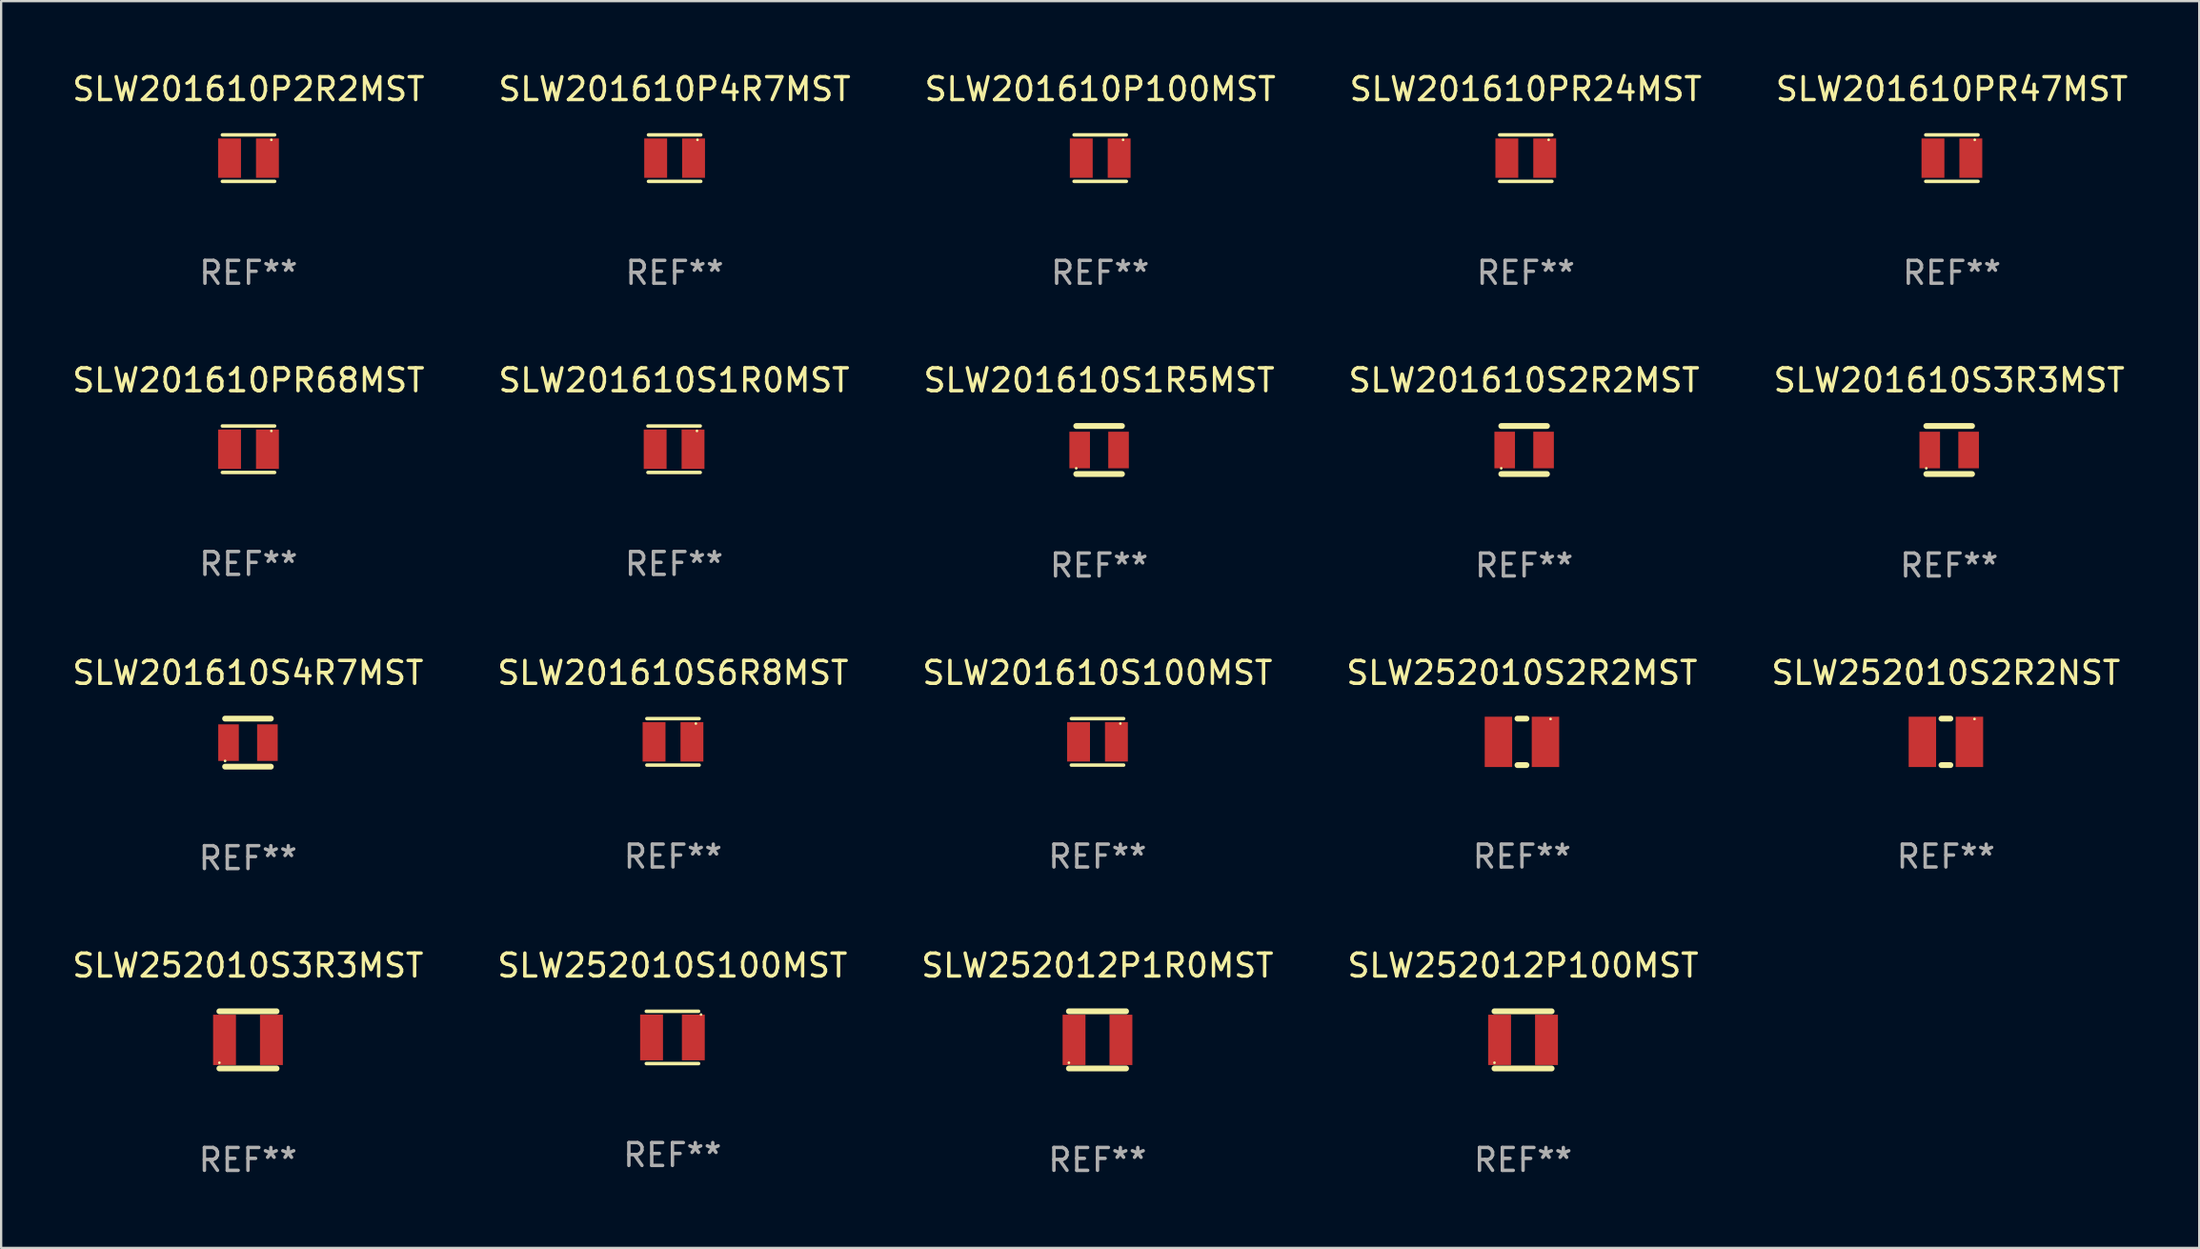
<source format=kicad_pcb>
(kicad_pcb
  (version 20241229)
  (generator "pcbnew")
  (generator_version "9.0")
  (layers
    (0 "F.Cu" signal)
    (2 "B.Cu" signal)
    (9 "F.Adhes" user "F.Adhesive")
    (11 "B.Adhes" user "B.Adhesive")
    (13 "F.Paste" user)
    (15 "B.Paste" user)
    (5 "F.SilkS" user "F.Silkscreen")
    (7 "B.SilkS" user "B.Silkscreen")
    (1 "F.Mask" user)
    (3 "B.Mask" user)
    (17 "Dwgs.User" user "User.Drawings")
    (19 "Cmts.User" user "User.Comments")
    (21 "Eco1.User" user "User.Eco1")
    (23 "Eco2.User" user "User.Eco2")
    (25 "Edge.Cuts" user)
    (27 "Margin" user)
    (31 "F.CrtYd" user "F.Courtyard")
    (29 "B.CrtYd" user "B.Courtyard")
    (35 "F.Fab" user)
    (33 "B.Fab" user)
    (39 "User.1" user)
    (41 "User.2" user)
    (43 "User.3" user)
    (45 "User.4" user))
  (footprint "SLW201610PR47MST"
    (layer "F.Cu")
    (at 82.292 3.864)
    (property "Reference" "SLW201610PR47MST" (at 0 -3.016 0) (layer "F.SilkS") (effects (font (size 1 1) (thickness 0.15))))
    (attr through_hole)
    (fp_line (start -1.143 -1.016) (end 1.143 -1.016) (stroke (width 0.152) (type solid)) (layer "F.SilkS"))
    (fp_line (start 1.143 1.016) (end -1.143 1.016) (stroke (width 0.152) (type solid)) (layer "F.SilkS"))
    (fp_circle (center 1 -0.8) (end 1.03 -0.8) (stroke (width 0.06) (type solid)) (fill no) (layer "F.SilkS"))
    (fp_text user "REF**" (at 0 5.016 0) (layer "F.Fab") (effects (font (size 1 1) (thickness 0.15))))
    (pad "1" smd rect (at 0.828 0) (size 1 1.72) (layers "F.Cu" "F.Mask" "F.Paste"))
    (pad "2" smd rect (at -0.828 0) (size 1 1.72) (layers "F.Cu" "F.Mask" "F.Paste")))
  (footprint "SLW201610S100MST"
    (layer "F.Cu")
    (at 44.935 29.389)
    (property "Reference" "SLW201610S100MST" (at 0 -3.016 0) (layer "F.SilkS") (effects (font (size 1 1) (thickness 0.15))))
    (attr through_hole)
    (fp_line (start -1.143 -1.016) (end 1.143 -1.016) (stroke (width 0.152) (type solid)) (layer "F.SilkS"))
    (fp_line (start 1.143 1.016) (end -1.143 1.016) (stroke (width 0.152) (type solid)) (layer "F.SilkS"))
    (fp_circle (center 1 -0.8) (end 1.03 -0.8) (stroke (width 0.06) (type solid)) (fill no) (layer "F.SilkS"))
    (fp_text user "REF**" (at 0 5.016 0) (layer "F.Fab") (effects (font (size 1 1) (thickness 0.15))))
    (pad "1" smd rect (at 0.828 0) (size 1 1.72) (layers "F.Cu" "F.Mask" "F.Paste"))
    (pad "2" smd rect (at -0.828 0) (size 1 1.72) (layers "F.Cu" "F.Mask" "F.Paste")))
  (footprint "SLW252012P100MST"
    (layer "F.Cu")
    (at 63.542 42.42)
    (property "Reference" "SLW252012P100MST" (at 0 -3.25 0) (layer "F.SilkS") (effects (font (size 1 1) (thickness 0.15))))
    (attr through_hole)
    (fp_line (start -1.25 -1.25) (end 1.25 -1.25) (stroke (width 0.254) (type solid)) (layer "F.SilkS"))
    (fp_line (start -1.25 1.25) (end 1.25 1.25) (stroke (width 0.254) (type solid)) (layer "F.SilkS"))
    (fp_circle (center -1.25 1) (end -1.22 1) (stroke (width 0.06) (type solid)) (fill no) (layer "F.SilkS"))
    (fp_text user "REF**" (at 0 5.25 0) (layer "F.Fab") (effects (font (size 1 1) (thickness 0.15))))
    (pad "1" smd rect (at -1.025 0) (size 1 2.2) (layers "F.Cu" "F.Mask" "F.Paste"))
    (pad "2" smd rect (at 1.025 0) (size 1 2.2) (layers "F.Cu" "F.Mask" "F.Paste")))
  (footprint "SLW201610S2R2MST"
    (layer "F.Cu")
    (at 63.589 16.627)
    (property "Reference" "SLW201610S2R2MST" (at 0 -3.05 0) (layer "F.SilkS") (effects (font (size 1 1) (thickness 0.15))))
    (attr through_hole)
    (fp_line (start -1 -1.05) (end 1 -1.05) (stroke (width 0.254) (type solid)) (layer "F.SilkS"))
    (fp_line (start -1 1.05) (end 1 1.05) (stroke (width 0.254) (type solid)) (layer "F.SilkS"))
    (fp_circle (center -1 0.8) (end -0.97 0.8) (stroke (width 0.06) (type solid)) (fill no) (layer "F.SilkS"))
    (fp_text user "REF**" (at 0 5.05 0) (layer "F.Fab") (effects (font (size 1 1) (thickness 0.15))))
    (pad "1" smd rect (at -0.85 0) (size 0.9 1.6) (layers "F.Cu" "F.Mask" "F.Paste"))
    (pad "2" smd rect (at 0.85 0) (size 0.9 1.6) (layers "F.Cu" "F.Mask" "F.Paste")))
  (footprint "SLW201610S1R0MST"
    (layer "F.Cu")
    (at 26.423 16.593)
    (property "Reference" "SLW201610S1R0MST" (at 0 -3.016 0) (layer "F.SilkS") (effects (font (size 1 1) (thickness 0.15))))
    (attr through_hole)
    (fp_line (start -1.143 -1.016) (end 1.143 -1.016) (stroke (width 0.152) (type solid)) (layer "F.SilkS"))
    (fp_line (start 1.143 1.016) (end -1.143 1.016) (stroke (width 0.152) (type solid)) (layer "F.SilkS"))
    (fp_circle (center 1 -0.8) (end 1.03 -0.8) (stroke (width 0.06) (type solid)) (fill no) (layer "F.SilkS"))
    (fp_text user "REF**" (at 0 5.016 0) (layer "F.Fab") (effects (font (size 1 1) (thickness 0.15))))
    (pad "1" smd rect (at 0.828 0) (size 1 1.72) (layers "F.Cu" "F.Mask" "F.Paste"))
    (pad "2" smd rect (at -0.828 0) (size 1 1.72) (layers "F.Cu" "F.Mask" "F.Paste")))
  (footprint "SLW252010S2R2MST"
    (layer "F.Cu")
    (at 63.494 29.389)
    (property "Reference" "SLW252010S2R2MST" (at 0 -3.016 0) (layer "F.SilkS") (effects (font (size 1 1) (thickness 0.15))))
    (attr through_hole)
    (fp_line (start -0.197 1.016) (end 0.197 1.016) (stroke (width 0.254) (type solid)) (layer "F.SilkS"))
    (fp_line (start 0.197 -1.016) (end -0.197 -1.016) (stroke (width 0.254) (type solid)) (layer "F.SilkS"))
    (fp_circle (center 1.25 -1) (end 1.28 -1) (stroke (width 0.06) (type solid)) (fill no) (layer "F.SilkS"))
    (fp_text user "REF**" (at 0 5.016 0) (layer "F.Fab") (effects (font (size 1 1) (thickness 0.15))))
    (pad "1" smd rect (at 1.028 0) (size 1.2 2.2) (layers "F.Cu" "F.Mask" "F.Paste"))
    (pad "2" smd rect (at -1.028 0) (size 1.2 2.2) (layers "F.Cu" "F.Mask" "F.Paste")))
  (footprint "SLW201610P4R7MST"
    (layer "F.Cu")
    (at 26.446 3.864)
    (property "Reference" "SLW201610P4R7MST" (at 0 -3.016 0) (layer "F.SilkS") (effects (font (size 1 1) (thickness 0.15))))
    (attr through_hole)
    (fp_line (start -1.143 -1.016) (end 1.143 -1.016) (stroke (width 0.152) (type solid)) (layer "F.SilkS"))
    (fp_line (start 1.143 1.016) (end -1.143 1.016) (stroke (width 0.152) (type solid)) (layer "F.SilkS"))
    (fp_circle (center 1 -0.8) (end 1.03 -0.8) (stroke (width 0.06) (type solid)) (fill no) (layer "F.SilkS"))
    (fp_text user "REF**" (at 0 5.016 0) (layer "F.Fab") (effects (font (size 1 1) (thickness 0.15))))
    (pad "1" smd rect (at 0.828 0) (size 1 1.72) (layers "F.Cu" "F.Mask" "F.Paste"))
    (pad "2" smd rect (at -0.828 0) (size 1 1.72) (layers "F.Cu" "F.Mask" "F.Paste")))
  (footprint "SLW201610P100MST"
    (layer "F.Cu")
    (at 45.054 3.864)
    (property "Reference" "SLW201610P100MST" (at 0 -3.016 0) (layer "F.SilkS") (effects (font (size 1 1) (thickness 0.15))))
    (attr through_hole)
    (fp_line (start -1.143 -1.016) (end 1.143 -1.016) (stroke (width 0.152) (type solid)) (layer "F.SilkS"))
    (fp_line (start 1.143 1.016) (end -1.143 1.016) (stroke (width 0.152) (type solid)) (layer "F.SilkS"))
    (fp_circle (center 1 -0.8) (end 1.03 -0.8) (stroke (width 0.06) (type solid)) (fill no) (layer "F.SilkS"))
    (fp_text user "REF**" (at 0 5.016 0) (layer "F.Fab") (effects (font (size 1 1) (thickness 0.15))))
    (pad "1" smd rect (at 0.828 0) (size 1 1.72) (layers "F.Cu" "F.Mask" "F.Paste"))
    (pad "2" smd rect (at -0.828 0) (size 1 1.72) (layers "F.Cu" "F.Mask" "F.Paste")))
  (footprint "SLW252010S3R3MST"
    (layer "F.Cu")
    (at 7.792 42.42)
    (property "Reference" "SLW252010S3R3MST" (at 0 -3.25 0) (layer "F.SilkS") (effects (font (size 1 1) (thickness 0.15))))
    (attr through_hole)
    (fp_line (start -1.25 -1.25) (end 1.25 -1.25) (stroke (width 0.254) (type solid)) (layer "F.SilkS"))
    (fp_line (start -1.25 1.25) (end 1.25 1.25) (stroke (width 0.254) (type solid)) (layer "F.SilkS"))
    (fp_circle (center -1.25 1) (end -1.22 1) (stroke (width 0.06) (type solid)) (fill no) (layer "F.SilkS"))
    (fp_text user "REF**" (at 0 5.25 0) (layer "F.Fab") (effects (font (size 1 1) (thickness 0.15))))
    (pad "1" smd rect (at -1.025 0) (size 1 2.2) (layers "F.Cu" "F.Mask" "F.Paste"))
    (pad "2" smd rect (at 1.025 0) (size 1 2.2) (layers "F.Cu" "F.Mask" "F.Paste")))
  (footprint "SLW201610S3R3MST"
    (layer "F.Cu")
    (at 82.173 16.627)
    (property "Reference" "SLW201610S3R3MST" (at 0 -3.05 0) (layer "F.SilkS") (effects (font (size 1 1) (thickness 0.15))))
    (attr through_hole)
    (fp_line (start -1 -1.05) (end 1 -1.05) (stroke (width 0.254) (type solid)) (layer "F.SilkS"))
    (fp_line (start -1 1.05) (end 1 1.05) (stroke (width 0.254) (type solid)) (layer "F.SilkS"))
    (fp_circle (center -1 0.8) (end -0.97 0.8) (stroke (width 0.06) (type solid)) (fill no) (layer "F.SilkS"))
    (fp_text user "REF**" (at 0 5.05 0) (layer "F.Fab") (effects (font (size 1 1) (thickness 0.15))))
    (pad "1" smd rect (at -0.85 0) (size 0.9 1.6) (layers "F.Cu" "F.Mask" "F.Paste"))
    (pad "2" smd rect (at 0.85 0) (size 0.9 1.6) (layers "F.Cu" "F.Mask" "F.Paste")))
  (footprint "SLW201610S1R5MST"
    (layer "F.Cu")
    (at 45.006 16.627)
    (property "Reference" "SLW201610S1R5MST" (at 0 -3.05 0) (layer "F.SilkS") (effects (font (size 1 1) (thickness 0.15))))
    (attr through_hole)
    (fp_line (start -1 -1.05) (end 1 -1.05) (stroke (width 0.254) (type solid)) (layer "F.SilkS"))
    (fp_line (start -1 1.05) (end 1 1.05) (stroke (width 0.254) (type solid)) (layer "F.SilkS"))
    (fp_circle (center -1 0.8) (end -0.97 0.8) (stroke (width 0.06) (type solid)) (fill no) (layer "F.SilkS"))
    (fp_text user "REF**" (at 0 5.05 0) (layer "F.Fab") (effects (font (size 1 1) (thickness 0.15))))
    (pad "1" smd rect (at -0.85 0) (size 0.9 1.6) (layers "F.Cu" "F.Mask" "F.Paste"))
    (pad "2" smd rect (at 0.85 0) (size 0.9 1.6) (layers "F.Cu" "F.Mask" "F.Paste")))
  (footprint "SLW201610S6R8MST"
    (layer "F.Cu")
    (at 26.375 29.389)
    (property "Reference" "SLW201610S6R8MST" (at 0 -3.016 0) (layer "F.SilkS") (effects (font (size 1 1) (thickness 0.15))))
    (attr through_hole)
    (fp_line (start -1.143 -1.016) (end 1.143 -1.016) (stroke (width 0.152) (type solid)) (layer "F.SilkS"))
    (fp_line (start 1.143 1.016) (end -1.143 1.016) (stroke (width 0.152) (type solid)) (layer "F.SilkS"))
    (fp_circle (center 1 -0.8) (end 1.03 -0.8) (stroke (width 0.06) (type solid)) (fill no) (layer "F.SilkS"))
    (fp_text user "REF**" (at 0 5.016 0) (layer "F.Fab") (effects (font (size 1 1) (thickness 0.15))))
    (pad "1" smd rect (at 0.828 0) (size 1 1.72) (layers "F.Cu" "F.Mask" "F.Paste"))
    (pad "2" smd rect (at -0.828 0) (size 1 1.72) (layers "F.Cu" "F.Mask" "F.Paste")))
  (footprint "SLW201610PR24MST"
    (layer "F.Cu")
    (at 63.661 3.864)
    (property "Reference" "SLW201610PR24MST" (at 0 -3.016 0) (layer "F.SilkS") (effects (font (size 1 1) (thickness 0.15))))
    (attr through_hole)
    (fp_line (start -1.143 -1.016) (end 1.143 -1.016) (stroke (width 0.152) (type solid)) (layer "F.SilkS"))
    (fp_line (start 1.143 1.016) (end -1.143 1.016) (stroke (width 0.152) (type solid)) (layer "F.SilkS"))
    (fp_circle (center 1 -0.8) (end 1.03 -0.8) (stroke (width 0.06) (type solid)) (fill no) (layer "F.SilkS"))
    (fp_text user "REF**" (at 0 5.016 0) (layer "F.Fab") (effects (font (size 1 1) (thickness 0.15))))
    (pad "1" smd rect (at 0.828 0) (size 1 1.72) (layers "F.Cu" "F.Mask" "F.Paste"))
    (pad "2" smd rect (at -0.828 0) (size 1 1.72) (layers "F.Cu" "F.Mask" "F.Paste")))
  (footprint "SLW252010S100MST"
    (layer "F.Cu")
    (at 26.351 42.313)
    (property "Reference" "SLW252010S100MST" (at 0 -3.143 0) (layer "F.SilkS") (effects (font (size 1 1) (thickness 0.15))))
    (attr through_hole)
    (fp_line (start -1.143 -1.143) (end 1.143 -1.143) (stroke (width 0.152) (type solid)) (layer "F.SilkS"))
    (fp_line (start -1.143 1.143) (end 1.143 1.143) (stroke (width 0.152) (type solid)) (layer "F.SilkS"))
    (fp_circle (center 1.25 -1) (end 1.28 -1) (stroke (width 0.06) (type solid)) (fill no) (layer "F.SilkS"))
    (fp_text user "REF**" (at 0 5.143 0) (layer "F.Fab") (effects (font (size 1 1) (thickness 0.15))))
    (pad "1" smd rect (at 0.913 0) (size 1 2) (layers "F.Cu" "F.Mask" "F.Paste"))
    (pad "2" smd rect (at -0.913 0) (size 1 2) (layers "F.Cu" "F.Mask" "F.Paste")))
  (footprint "SLW252012P1R0MST"
    (layer "F.Cu")
    (at 44.935 42.42)
    (property "Reference" "SLW252012P1R0MST" (at 0 -3.25 0) (layer "F.SilkS") (effects (font (size 1 1) (thickness 0.15))))
    (attr through_hole)
    (fp_line (start -1.25 -1.25) (end 1.25 -1.25) (stroke (width 0.254) (type solid)) (layer "F.SilkS"))
    (fp_line (start -1.25 1.25) (end 1.25 1.25) (stroke (width 0.254) (type solid)) (layer "F.SilkS"))
    (fp_circle (center -1.25 1) (end -1.22 1) (stroke (width 0.06) (type solid)) (fill no) (layer "F.SilkS"))
    (fp_text user "REF**" (at 0 5.25 0) (layer "F.Fab") (effects (font (size 1 1) (thickness 0.15))))
    (pad "1" smd rect (at -1.025 0) (size 1 2.2) (layers "F.Cu" "F.Mask" "F.Paste"))
    (pad "2" smd rect (at 1.025 0) (size 1 2.2) (layers "F.Cu" "F.Mask" "F.Paste")))
  (footprint "SLW201610PR68MST"
    (layer "F.Cu")
    (at 7.815 16.593)
    (property "Reference" "SLW201610PR68MST" (at 0 -3.016 0) (layer "F.SilkS") (effects (font (size 1 1) (thickness 0.15))))
    (attr through_hole)
    (fp_line (start -1.143 -1.016) (end 1.143 -1.016) (stroke (width 0.152) (type solid)) (layer "F.SilkS"))
    (fp_line (start 1.143 1.016) (end -1.143 1.016) (stroke (width 0.152) (type solid)) (layer "F.SilkS"))
    (fp_circle (center 1 -0.8) (end 1.03 -0.8) (stroke (width 0.06) (type solid)) (fill no) (layer "F.SilkS"))
    (fp_text user "REF**" (at 0 5.016 0) (layer "F.Fab") (effects (font (size 1 1) (thickness 0.15))))
    (pad "1" smd rect (at 0.828 0) (size 1 1.72) (layers "F.Cu" "F.Mask" "F.Paste"))
    (pad "2" smd rect (at -0.828 0) (size 1 1.72) (layers "F.Cu" "F.Mask" "F.Paste")))
  (footprint "SLW201610P2R2MST"
    (layer "F.Cu")
    (at 7.815 3.864)
    (property "Reference" "SLW201610P2R2MST" (at 0 -3.016 0) (layer "F.SilkS") (effects (font (size 1 1) (thickness 0.15))))
    (attr through_hole)
    (fp_line (start -1.143 -1.016) (end 1.143 -1.016) (stroke (width 0.152) (type solid)) (layer "F.SilkS"))
    (fp_line (start 1.143 1.016) (end -1.143 1.016) (stroke (width 0.152) (type solid)) (layer "F.SilkS"))
    (fp_circle (center 1 -0.8) (end 1.03 -0.8) (stroke (width 0.06) (type solid)) (fill no) (layer "F.SilkS"))
    (fp_text user "REF**" (at 0 5.016 0) (layer "F.Fab") (effects (font (size 1 1) (thickness 0.15))))
    (pad "1" smd rect (at 0.828 0) (size 1 1.72) (layers "F.Cu" "F.Mask" "F.Paste"))
    (pad "2" smd rect (at -0.828 0) (size 1 1.72) (layers "F.Cu" "F.Mask" "F.Paste")))
  (footprint "SLW252010S2R2NST"
    (layer "F.Cu")
    (at 82.03 29.389)
    (property "Reference" "SLW252010S2R2NST" (at 0 -3.016 0) (layer "F.SilkS") (effects (font (size 1 1) (thickness 0.15))))
    (attr through_hole)
    (fp_line (start -0.197 1.016) (end 0.197 1.016) (stroke (width 0.254) (type solid)) (layer "F.SilkS"))
    (fp_line (start 0.197 -1.016) (end -0.197 -1.016) (stroke (width 0.254) (type solid)) (layer "F.SilkS"))
    (fp_circle (center 1.25 -1) (end 1.28 -1) (stroke (width 0.06) (type solid)) (fill no) (layer "F.SilkS"))
    (fp_text user "REF**" (at 0 5.016 0) (layer "F.Fab") (effects (font (size 1 1) (thickness 0.15))))
    (pad "1" smd rect (at 1.028 0) (size 1.2 2.2) (layers "F.Cu" "F.Mask" "F.Paste"))
    (pad "2" smd rect (at -1.028 0) (size 1.2 2.2) (layers "F.Cu" "F.Mask" "F.Paste")))
  (footprint "SLW201610S4R7MST"
    (layer "F.Cu")
    (at 7.792 29.423)
    (property "Reference" "SLW201610S4R7MST" (at 0 -3.05 0) (layer "F.SilkS") (effects (font (size 1 1) (thickness 0.15))))
    (attr through_hole)
    (fp_line (start -1 -1.05) (end 1 -1.05) (stroke (width 0.254) (type solid)) (layer "F.SilkS"))
    (fp_line (start -1 1.05) (end 1 1.05) (stroke (width 0.254) (type solid)) (layer "F.SilkS"))
    (fp_circle (center -1 0.8) (end -0.97 0.8) (stroke (width 0.06) (type solid)) (fill no) (layer "F.SilkS"))
    (fp_text user "REF**" (at 0 5.05 0) (layer "F.Fab") (effects (font (size 1 1) (thickness 0.15))))
    (pad "1" smd rect (at -0.85 0) (size 0.9 1.6) (layers "F.Cu" "F.Mask" "F.Paste"))
    (pad "2" smd rect (at 0.85 0) (size 0.9 1.6) (layers "F.Cu" "F.Mask" "F.Paste")))
  (gr_rect
    (start -3 -3)
    (end 93.107 51.518)
    (stroke (width 0.1) (type default))
    (fill no)
    (layer "Edge.Cuts")))
</source>
